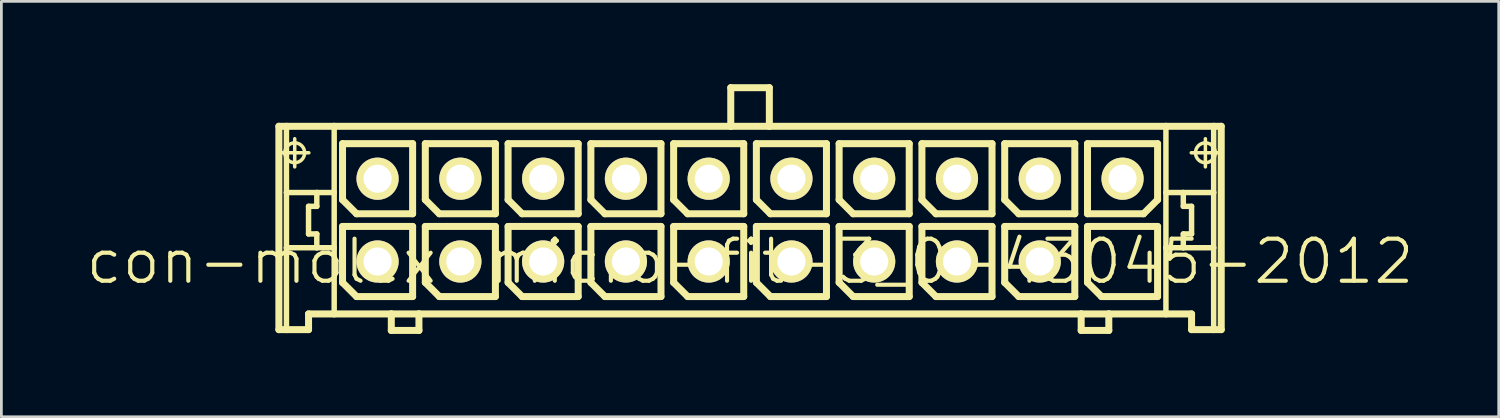
<source format=kicad_pcb>
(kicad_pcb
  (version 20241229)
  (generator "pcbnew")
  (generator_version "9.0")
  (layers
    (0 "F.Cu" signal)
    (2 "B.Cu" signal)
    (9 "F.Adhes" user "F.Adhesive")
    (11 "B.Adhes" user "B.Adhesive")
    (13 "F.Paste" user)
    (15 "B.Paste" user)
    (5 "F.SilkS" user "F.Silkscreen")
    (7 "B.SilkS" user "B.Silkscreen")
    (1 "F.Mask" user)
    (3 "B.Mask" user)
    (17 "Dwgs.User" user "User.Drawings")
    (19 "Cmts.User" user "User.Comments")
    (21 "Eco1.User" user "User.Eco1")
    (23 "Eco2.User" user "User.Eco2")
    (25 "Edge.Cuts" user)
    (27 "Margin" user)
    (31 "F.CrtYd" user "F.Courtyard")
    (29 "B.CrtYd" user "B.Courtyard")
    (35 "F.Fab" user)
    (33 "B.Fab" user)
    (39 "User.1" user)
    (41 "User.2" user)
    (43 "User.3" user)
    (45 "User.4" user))
  (footprint "con-molex-micro-fit-3_0-43045-2012"
    (layer "F.Cu")
    (at 24.13 6.426)
    (property "Reference" "con-molex-micro-fit-3_0-43045-2012" (at 0 0 0) (layer "F.SilkS") (effects (font (size 1.524 1.524) (thickness 0.15))))
    (attr exclude_from_pos_files exclude_from_bom)
    (fp_line (start -17.074 -4.9) (end -16.8 -4.9) (stroke (width 0.254) (type solid)) (layer "F.SilkS"))
    (fp_line (start -17.074 2.469) (end -17.074 -4.9) (stroke (width 0.254) (type solid)) (layer "F.SilkS"))
    (fp_line (start -17.008 -3.94) (end -15.989 -3.94) (stroke (width 0.127) (type solid)) (layer "F.SilkS"))
    (fp_line (start -16.8 -4.9) (end -15.07 -4.9) (stroke (width 0.254) (type solid)) (layer "F.SilkS"))
    (fp_line (start -16.8 -2.499) (end -16.8 -4.9) (stroke (width 0.198) (type solid)) (layer "F.SilkS"))
    (fp_line (start -16.8 -0.498) (end -16.8 -2.499) (stroke (width 0.198) (type solid)) (layer "F.SilkS"))
    (fp_line (start -16.8 2.469) (end -17.074 2.469) (stroke (width 0.254) (type solid)) (layer "F.SilkS"))
    (fp_line (start -16.8 2.469) (end -16.8 -0.498) (stroke (width 0.198) (type solid)) (layer "F.SilkS"))
    (fp_line (start -16.5 -3.429) (end -16.5 -4.448) (stroke (width 0.127) (type solid)) (layer "F.SilkS"))
    (fp_line (start -15.999 -1.999) (end -15.999 -0.998) (stroke (width 0.198) (type solid)) (layer "F.SilkS"))
    (fp_line (start -15.999 -0.998) (end -15.7 -0.998) (stroke (width 0.198) (type solid)) (layer "F.SilkS"))
    (fp_line (start -15.999 1.9) (end -15.999 2.469) (stroke (width 0.254) (type solid)) (layer "F.SilkS"))
    (fp_line (start -15.999 2.469) (end -16.8 2.469) (stroke (width 0.254) (type solid)) (layer "F.SilkS"))
    (fp_line (start -15.7 -2.499) (end -16.8 -2.499) (stroke (width 0.198) (type solid)) (layer "F.SilkS"))
    (fp_line (start -15.7 -2.499) (end -15.7 -1.999) (stroke (width 0.198) (type solid)) (layer "F.SilkS"))
    (fp_line (start -15.7 -1.999) (end -15.999 -1.999) (stroke (width 0.198) (type solid)) (layer "F.SilkS"))
    (fp_line (start -15.7 -0.998) (end -15.7 -0.498) (stroke (width 0.198) (type solid)) (layer "F.SilkS"))
    (fp_line (start -15.7 -0.498) (end -16.8 -0.498) (stroke (width 0.198) (type solid)) (layer "F.SilkS"))
    (fp_line (start -15.07 -4.9) (end -0.699 -4.9) (stroke (width 0.254) (type solid)) (layer "F.SilkS"))
    (fp_line (start -15.07 -2.499) (end -15.7 -2.499) (stroke (width 0.198) (type solid)) (layer "F.SilkS"))
    (fp_line (start -15.07 -2.499) (end -15.07 -4.9) (stroke (width 0.198) (type solid)) (layer "F.SilkS"))
    (fp_line (start -15.07 -0.498) (end -15.7 -0.498) (stroke (width 0.198) (type solid)) (layer "F.SilkS"))
    (fp_line (start -15.07 -0.498) (end -15.07 -2.499) (stroke (width 0.198) (type solid)) (layer "F.SilkS"))
    (fp_line (start -15.07 1.9) (end -15.999 1.9) (stroke (width 0.254) (type solid)) (layer "F.SilkS"))
    (fp_line (start -15.07 1.9) (end -15.07 -0.498) (stroke (width 0.198) (type solid)) (layer "F.SilkS"))
    (fp_line (start -14.768 -4.27) (end -12.228 -4.27) (stroke (width 0.254) (type solid)) (layer "F.SilkS"))
    (fp_line (start -14.768 -2.238) (end -14.768 -4.27) (stroke (width 0.254) (type solid)) (layer "F.SilkS"))
    (fp_line (start -14.768 -1.27) (end -12.228 -1.27) (stroke (width 0.254) (type solid)) (layer "F.SilkS"))
    (fp_line (start -14.768 0.762) (end -14.768 -1.27) (stroke (width 0.254) (type solid)) (layer "F.SilkS"))
    (fp_line (start -14.26 -1.73) (end -14.768 -2.238) (stroke (width 0.254) (type solid)) (layer "F.SilkS"))
    (fp_line (start -14.26 1.27) (end -14.768 0.762) (stroke (width 0.254) (type solid)) (layer "F.SilkS"))
    (fp_line (start -13 1.9) (end -15.07 1.9) (stroke (width 0.254) (type solid)) (layer "F.SilkS"))
    (fp_line (start -13 1.9) (end -13 2.499) (stroke (width 0.254) (type solid)) (layer "F.SilkS"))
    (fp_line (start -13 2.499) (end -11.999 2.499) (stroke (width 0.254) (type solid)) (layer "F.SilkS"))
    (fp_line (start -12.228 -4.27) (end -12.228 -1.73) (stroke (width 0.254) (type solid)) (layer "F.SilkS"))
    (fp_line (start -12.228 -1.73) (end -14.26 -1.73) (stroke (width 0.254) (type solid)) (layer "F.SilkS"))
    (fp_line (start -12.228 -1.27) (end -12.228 1.27) (stroke (width 0.254) (type solid)) (layer "F.SilkS"))
    (fp_line (start -12.228 1.27) (end -14.26 1.27) (stroke (width 0.254) (type solid)) (layer "F.SilkS"))
    (fp_line (start -11.999 1.9) (end -13 1.9) (stroke (width 0.254) (type solid)) (layer "F.SilkS"))
    (fp_line (start -11.999 2.499) (end -11.999 1.9) (stroke (width 0.254) (type solid)) (layer "F.SilkS"))
    (fp_line (start -11.768 -4.27) (end -9.228 -4.27) (stroke (width 0.254) (type solid)) (layer "F.SilkS"))
    (fp_line (start -11.768 -2.238) (end -11.768 -4.27) (stroke (width 0.254) (type solid)) (layer "F.SilkS"))
    (fp_line (start -11.768 -1.27) (end -9.228 -1.27) (stroke (width 0.254) (type solid)) (layer "F.SilkS"))
    (fp_line (start -11.768 0.762) (end -11.768 -1.27) (stroke (width 0.254) (type solid)) (layer "F.SilkS"))
    (fp_line (start -11.26 -1.73) (end -11.768 -2.238) (stroke (width 0.254) (type solid)) (layer "F.SilkS"))
    (fp_line (start -11.26 1.27) (end -11.768 0.762) (stroke (width 0.254) (type solid)) (layer "F.SilkS"))
    (fp_line (start -9.228 -4.27) (end -9.228 -1.73) (stroke (width 0.254) (type solid)) (layer "F.SilkS"))
    (fp_line (start -9.228 -1.73) (end -11.26 -1.73) (stroke (width 0.254) (type solid)) (layer "F.SilkS"))
    (fp_line (start -9.228 -1.27) (end -9.228 1.27) (stroke (width 0.254) (type solid)) (layer "F.SilkS"))
    (fp_line (start -9.228 1.27) (end -11.26 1.27) (stroke (width 0.254) (type solid)) (layer "F.SilkS"))
    (fp_line (start -8.768 -4.27) (end -6.228 -4.27) (stroke (width 0.254) (type solid)) (layer "F.SilkS"))
    (fp_line (start -8.768 -2.238) (end -8.768 -4.27) (stroke (width 0.254) (type solid)) (layer "F.SilkS"))
    (fp_line (start -8.768 -1.27) (end -6.228 -1.27) (stroke (width 0.254) (type solid)) (layer "F.SilkS"))
    (fp_line (start -8.768 0.762) (end -8.768 -1.27) (stroke (width 0.254) (type solid)) (layer "F.SilkS"))
    (fp_line (start -8.26 -1.73) (end -8.768 -2.238) (stroke (width 0.254) (type solid)) (layer "F.SilkS"))
    (fp_line (start -8.26 1.27) (end -8.768 0.762) (stroke (width 0.254) (type solid)) (layer "F.SilkS"))
    (fp_line (start -6.228 -4.27) (end -6.228 -1.73) (stroke (width 0.254) (type solid)) (layer "F.SilkS"))
    (fp_line (start -6.228 -1.73) (end -8.26 -1.73) (stroke (width 0.254) (type solid)) (layer "F.SilkS"))
    (fp_line (start -6.228 -1.27) (end -6.228 1.27) (stroke (width 0.254) (type solid)) (layer "F.SilkS"))
    (fp_line (start -6.228 1.27) (end -8.26 1.27) (stroke (width 0.254) (type solid)) (layer "F.SilkS"))
    (fp_line (start -5.768 -4.27) (end -3.228 -4.27) (stroke (width 0.254) (type solid)) (layer "F.SilkS"))
    (fp_line (start -5.768 -2.238) (end -5.768 -4.27) (stroke (width 0.254) (type solid)) (layer "F.SilkS"))
    (fp_line (start -5.768 -1.27) (end -3.228 -1.27) (stroke (width 0.254) (type solid)) (layer "F.SilkS"))
    (fp_line (start -5.768 0.762) (end -5.768 -1.27) (stroke (width 0.254) (type solid)) (layer "F.SilkS"))
    (fp_line (start -5.26 -1.73) (end -5.768 -2.238) (stroke (width 0.254) (type solid)) (layer "F.SilkS"))
    (fp_line (start -5.26 1.27) (end -5.768 0.762) (stroke (width 0.254) (type solid)) (layer "F.SilkS"))
    (fp_line (start -3.228 -4.27) (end -3.228 -1.73) (stroke (width 0.254) (type solid)) (layer "F.SilkS"))
    (fp_line (start -3.228 -1.73) (end -5.26 -1.73) (stroke (width 0.254) (type solid)) (layer "F.SilkS"))
    (fp_line (start -3.228 -1.27) (end -3.228 1.27) (stroke (width 0.254) (type solid)) (layer "F.SilkS"))
    (fp_line (start -3.228 1.27) (end -5.26 1.27) (stroke (width 0.254) (type solid)) (layer "F.SilkS"))
    (fp_line (start -2.769 -4.27) (end -0.229 -4.27) (stroke (width 0.254) (type solid)) (layer "F.SilkS"))
    (fp_line (start -2.769 -2.238) (end -2.769 -4.27) (stroke (width 0.254) (type solid)) (layer "F.SilkS"))
    (fp_line (start -2.769 -1.27) (end -0.229 -1.27) (stroke (width 0.254) (type solid)) (layer "F.SilkS"))
    (fp_line (start -2.769 0.762) (end -2.769 -1.27) (stroke (width 0.254) (type solid)) (layer "F.SilkS"))
    (fp_line (start -2.261 -1.73) (end -2.769 -2.238) (stroke (width 0.254) (type solid)) (layer "F.SilkS"))
    (fp_line (start -2.261 1.27) (end -2.769 0.762) (stroke (width 0.254) (type solid)) (layer "F.SilkS"))
    (fp_line (start -0.699 -6.299) (end -0.699 -4.9) (stroke (width 0.254) (type solid)) (layer "F.SilkS"))
    (fp_line (start -0.699 -6.299) (end 0.699 -6.299) (stroke (width 0.254) (type solid)) (layer "F.SilkS"))
    (fp_line (start -0.699 -4.9) (end 0.699 -4.9) (stroke (width 0.254) (type solid)) (layer "F.SilkS"))
    (fp_line (start -0.229 -4.27) (end -0.229 -1.73) (stroke (width 0.254) (type solid)) (layer "F.SilkS"))
    (fp_line (start -0.229 -1.73) (end -2.261 -1.73) (stroke (width 0.254) (type solid)) (layer "F.SilkS"))
    (fp_line (start -0.229 -1.27) (end -0.229 1.27) (stroke (width 0.254) (type solid)) (layer "F.SilkS"))
    (fp_line (start -0.229 1.27) (end -2.261 1.27) (stroke (width 0.254) (type solid)) (layer "F.SilkS"))
    (fp_line (start 0.229 -4.27) (end 2.769 -4.27) (stroke (width 0.254) (type solid)) (layer "F.SilkS"))
    (fp_line (start 0.229 -2.238) (end 0.229 -4.27) (stroke (width 0.254) (type solid)) (layer "F.SilkS"))
    (fp_line (start 0.229 -1.27) (end 2.769 -1.27) (stroke (width 0.254) (type solid)) (layer "F.SilkS"))
    (fp_line (start 0.229 0.762) (end 0.229 -1.27) (stroke (width 0.254) (type solid)) (layer "F.SilkS"))
    (fp_line (start 0.699 -6.299) (end 0.699 -4.9) (stroke (width 0.254) (type solid)) (layer "F.SilkS"))
    (fp_line (start 0.699 -4.9) (end 15.07 -4.9) (stroke (width 0.254) (type solid)) (layer "F.SilkS"))
    (fp_line (start 0.737 -1.73) (end 0.229 -2.238) (stroke (width 0.254) (type solid)) (layer "F.SilkS"))
    (fp_line (start 0.737 1.27) (end 0.229 0.762) (stroke (width 0.254) (type solid)) (layer "F.SilkS"))
    (fp_line (start 2.769 -4.27) (end 2.769 -1.73) (stroke (width 0.254) (type solid)) (layer "F.SilkS"))
    (fp_line (start 2.769 -1.73) (end 0.737 -1.73) (stroke (width 0.254) (type solid)) (layer "F.SilkS"))
    (fp_line (start 2.769 -1.27) (end 2.769 1.27) (stroke (width 0.254) (type solid)) (layer "F.SilkS"))
    (fp_line (start 2.769 1.27) (end 0.737 1.27) (stroke (width 0.254) (type solid)) (layer "F.SilkS"))
    (fp_line (start 3.228 -4.27) (end 5.768 -4.27) (stroke (width 0.254) (type solid)) (layer "F.SilkS"))
    (fp_line (start 3.228 -2.238) (end 3.228 -4.27) (stroke (width 0.254) (type solid)) (layer "F.SilkS"))
    (fp_line (start 3.228 -1.27) (end 5.768 -1.27) (stroke (width 0.254) (type solid)) (layer "F.SilkS"))
    (fp_line (start 3.228 0.762) (end 3.228 -1.27) (stroke (width 0.254) (type solid)) (layer "F.SilkS"))
    (fp_line (start 3.736 -1.73) (end 3.228 -2.238) (stroke (width 0.254) (type solid)) (layer "F.SilkS"))
    (fp_line (start 3.736 1.27) (end 3.228 0.762) (stroke (width 0.254) (type solid)) (layer "F.SilkS"))
    (fp_line (start 5.768 -4.27) (end 5.768 -1.73) (stroke (width 0.254) (type solid)) (layer "F.SilkS"))
    (fp_line (start 5.768 -1.73) (end 3.736 -1.73) (stroke (width 0.254) (type solid)) (layer "F.SilkS"))
    (fp_line (start 5.768 -1.27) (end 5.768 1.27) (stroke (width 0.254) (type solid)) (layer "F.SilkS"))
    (fp_line (start 5.768 1.27) (end 3.736 1.27) (stroke (width 0.254) (type solid)) (layer "F.SilkS"))
    (fp_line (start 6.228 -4.27) (end 8.768 -4.27) (stroke (width 0.254) (type solid)) (layer "F.SilkS"))
    (fp_line (start 6.228 -2.238) (end 6.228 -4.27) (stroke (width 0.254) (type solid)) (layer "F.SilkS"))
    (fp_line (start 6.228 -1.27) (end 8.768 -1.27) (stroke (width 0.254) (type solid)) (layer "F.SilkS"))
    (fp_line (start 6.228 0.762) (end 6.228 -1.27) (stroke (width 0.254) (type solid)) (layer "F.SilkS"))
    (fp_line (start 6.736 -1.73) (end 6.228 -2.238) (stroke (width 0.254) (type solid)) (layer "F.SilkS"))
    (fp_line (start 6.736 1.27) (end 6.228 0.762) (stroke (width 0.254) (type solid)) (layer "F.SilkS"))
    (fp_line (start 8.768 -4.27) (end 8.768 -1.73) (stroke (width 0.254) (type solid)) (layer "F.SilkS"))
    (fp_line (start 8.768 -1.73) (end 6.736 -1.73) (stroke (width 0.254) (type solid)) (layer "F.SilkS"))
    (fp_line (start 8.768 -1.27) (end 8.768 1.27) (stroke (width 0.254) (type solid)) (layer "F.SilkS"))
    (fp_line (start 8.768 1.27) (end 6.736 1.27) (stroke (width 0.254) (type solid)) (layer "F.SilkS"))
    (fp_line (start 9.228 -4.27) (end 11.768 -4.27) (stroke (width 0.254) (type solid)) (layer "F.SilkS"))
    (fp_line (start 9.228 -2.238) (end 9.228 -4.27) (stroke (width 0.254) (type solid)) (layer "F.SilkS"))
    (fp_line (start 9.228 -1.27) (end 11.768 -1.27) (stroke (width 0.254) (type solid)) (layer "F.SilkS"))
    (fp_line (start 9.228 0.762) (end 9.228 -1.27) (stroke (width 0.254) (type solid)) (layer "F.SilkS"))
    (fp_line (start 9.736 -1.73) (end 9.228 -2.238) (stroke (width 0.254) (type solid)) (layer "F.SilkS"))
    (fp_line (start 9.736 1.27) (end 9.228 0.762) (stroke (width 0.254) (type solid)) (layer "F.SilkS"))
    (fp_line (start 11.768 -4.27) (end 11.768 -1.73) (stroke (width 0.254) (type solid)) (layer "F.SilkS"))
    (fp_line (start 11.768 -1.73) (end 9.736 -1.73) (stroke (width 0.254) (type solid)) (layer "F.SilkS"))
    (fp_line (start 11.768 -1.27) (end 11.768 1.27) (stroke (width 0.254) (type solid)) (layer "F.SilkS"))
    (fp_line (start 11.768 1.27) (end 9.736 1.27) (stroke (width 0.254) (type solid)) (layer "F.SilkS"))
    (fp_line (start 11.999 1.9) (end -11.999 1.9) (stroke (width 0.254) (type solid)) (layer "F.SilkS"))
    (fp_line (start 11.999 1.9) (end 11.999 2.499) (stroke (width 0.254) (type solid)) (layer "F.SilkS"))
    (fp_line (start 11.999 2.499) (end 13 2.499) (stroke (width 0.254) (type solid)) (layer "F.SilkS"))
    (fp_line (start 12.228 -4.27) (end 12.228 -1.73) (stroke (width 0.254) (type solid)) (layer "F.SilkS"))
    (fp_line (start 12.228 -1.73) (end 14.26 -1.73) (stroke (width 0.254) (type solid)) (layer "F.SilkS"))
    (fp_line (start 12.228 -1.27) (end 14.768 -1.27) (stroke (width 0.254) (type solid)) (layer "F.SilkS"))
    (fp_line (start 12.228 0.762) (end 12.228 -1.27) (stroke (width 0.254) (type solid)) (layer "F.SilkS"))
    (fp_line (start 12.736 1.27) (end 12.228 0.762) (stroke (width 0.254) (type solid)) (layer "F.SilkS"))
    (fp_line (start 13 1.9) (end 11.999 1.9) (stroke (width 0.254) (type solid)) (layer "F.SilkS"))
    (fp_line (start 13 2.499) (end 13 1.9) (stroke (width 0.254) (type solid)) (layer "F.SilkS"))
    (fp_line (start 14.26 -1.73) (end 14.768 -2.238) (stroke (width 0.254) (type solid)) (layer "F.SilkS"))
    (fp_line (start 14.768 -4.27) (end 12.228 -4.27) (stroke (width 0.254) (type solid)) (layer "F.SilkS"))
    (fp_line (start 14.768 -2.238) (end 14.768 -4.27) (stroke (width 0.254) (type solid)) (layer "F.SilkS"))
    (fp_line (start 14.768 -1.27) (end 14.768 1.27) (stroke (width 0.254) (type solid)) (layer "F.SilkS"))
    (fp_line (start 14.768 1.27) (end 12.736 1.27) (stroke (width 0.254) (type solid)) (layer "F.SilkS"))
    (fp_line (start 15.07 -4.9) (end 15.07 -2.499) (stroke (width 0.198) (type solid)) (layer "F.SilkS"))
    (fp_line (start 15.07 -4.9) (end 16.8 -4.9) (stroke (width 0.254) (type solid)) (layer "F.SilkS"))
    (fp_line (start 15.07 -2.499) (end 15.07 -0.498) (stroke (width 0.198) (type solid)) (layer "F.SilkS"))
    (fp_line (start 15.07 -2.499) (end 15.7 -2.499) (stroke (width 0.198) (type solid)) (layer "F.SilkS"))
    (fp_line (start 15.07 -0.498) (end 15.07 1.9) (stroke (width 0.198) (type solid)) (layer "F.SilkS"))
    (fp_line (start 15.07 -0.498) (end 15.7 -0.498) (stroke (width 0.198) (type solid)) (layer "F.SilkS"))
    (fp_line (start 15.07 1.9) (end 13 1.9) (stroke (width 0.254) (type solid)) (layer "F.SilkS"))
    (fp_line (start 15.7 -2.499) (end 15.7 -1.999) (stroke (width 0.198) (type solid)) (layer "F.SilkS"))
    (fp_line (start 15.7 -2.499) (end 16.8 -2.499) (stroke (width 0.198) (type solid)) (layer "F.SilkS"))
    (fp_line (start 15.7 -1.999) (end 15.999 -1.999) (stroke (width 0.198) (type solid)) (layer "F.SilkS"))
    (fp_line (start 15.7 -0.998) (end 15.7 -0.498) (stroke (width 0.198) (type solid)) (layer "F.SilkS"))
    (fp_line (start 15.7 -0.498) (end 16.8 -0.498) (stroke (width 0.198) (type solid)) (layer "F.SilkS"))
    (fp_line (start 15.989 -3.94) (end 17.008 -3.94) (stroke (width 0.127) (type solid)) (layer "F.SilkS"))
    (fp_line (start 15.999 -1.999) (end 15.999 -0.998) (stroke (width 0.198) (type solid)) (layer "F.SilkS"))
    (fp_line (start 15.999 -0.998) (end 15.7 -0.998) (stroke (width 0.198) (type solid)) (layer "F.SilkS"))
    (fp_line (start 15.999 1.9) (end 15.07 1.9) (stroke (width 0.254) (type solid)) (layer "F.SilkS"))
    (fp_line (start 15.999 2.469) (end 15.999 1.9) (stroke (width 0.254) (type solid)) (layer "F.SilkS"))
    (fp_line (start 15.999 2.469) (end 16.8 2.469) (stroke (width 0.254) (type solid)) (layer "F.SilkS"))
    (fp_line (start 16.5 -3.429) (end 16.5 -4.448) (stroke (width 0.127) (type solid)) (layer "F.SilkS"))
    (fp_line (start 16.8 -4.9) (end 17.074 -4.9) (stroke (width 0.254) (type solid)) (layer "F.SilkS"))
    (fp_line (start 16.8 -2.499) (end 16.8 -4.9) (stroke (width 0.198) (type solid)) (layer "F.SilkS"))
    (fp_line (start 16.8 -0.498) (end 16.8 -2.499) (stroke (width 0.198) (type solid)) (layer "F.SilkS"))
    (fp_line (start 16.8 2.469) (end 16.8 -0.498) (stroke (width 0.198) (type solid)) (layer "F.SilkS"))
    (fp_line (start 16.8 2.469) (end 17.074 2.469) (stroke (width 0.254) (type solid)) (layer "F.SilkS"))
    (fp_line (start 17.074 -4.9) (end 17.074 2.469) (stroke (width 0.254) (type solid)) (layer "F.SilkS"))
    (fp_circle (center -16.5 -3.94) (end -16.754 -4.194) (stroke (width 0.127) (type solid)) (fill no) (layer "F.SilkS"))
    (fp_circle (center 16.5 -3.94) (end 16.754 -4.194) (stroke (width 0.127) (type solid)) (fill no) (layer "F.SilkS"))
    (pad "P$1" thru_hole rect (at 13.498 0) (size 0.001 0.001) (drill 1.019) (layers "*.Cu" "F.Mask" "F.SilkS" "F.Paste"))
    (pad "P$2" thru_hole circle (at 10.498 0) (size 1.529 1.529) (drill 1.019) (layers "*.Cu" "F.Mask" "F.SilkS" "F.Paste"))
    (pad "P$3" thru_hole circle (at 7.498 0) (size 1.529 1.529) (drill 1.019) (layers "*.Cu" "F.Mask" "F.SilkS" "F.Paste"))
    (pad "P$4" thru_hole circle (at 4.498 0) (size 1.529 1.529) (drill 1.019) (layers "*.Cu" "F.Mask" "F.SilkS" "F.Paste"))
    (pad "P$5" thru_hole circle (at 1.499 0) (size 1.529 1.529) (drill 1.019) (layers "*.Cu" "F.Mask" "F.SilkS" "F.Paste"))
    (pad "P$6" thru_hole circle (at -1.499 0) (size 1.529 1.529) (drill 1.019) (layers "*.Cu" "F.Mask" "F.SilkS" "F.Paste"))
    (pad "P$7" thru_hole circle (at -4.498 0) (size 1.529 1.529) (drill 1.019) (layers "*.Cu" "F.Mask" "F.SilkS" "F.Paste"))
    (pad "P$8" thru_hole circle (at -7.498 0) (size 1.529 1.529) (drill 1.019) (layers "*.Cu" "F.Mask" "F.SilkS" "F.Paste"))
    (pad "P$9" thru_hole circle (at -10.498 0) (size 1.529 1.529) (drill 1.019) (layers "*.Cu" "F.Mask" "F.SilkS" "F.Paste"))
    (pad "P$10" thru_hole circle (at -13.498 0) (size 1.529 1.529) (drill 1.019) (layers "*.Cu" "F.Mask" "F.SilkS" "F.Paste"))
    (pad "P$11" thru_hole circle (at 13.498 -3) (size 1.529 1.529) (drill 1.019) (layers "*.Cu" "F.Mask" "F.SilkS" "F.Paste"))
    (pad "P$12" thru_hole circle (at 10.498 -3) (size 1.529 1.529) (drill 1.019) (layers "*.Cu" "F.Mask" "F.SilkS" "F.Paste"))
    (pad "P$13" thru_hole circle (at 7.498 -3) (size 1.529 1.529) (drill 1.019) (layers "*.Cu" "F.Mask" "F.SilkS" "F.Paste"))
    (pad "P$14" thru_hole circle (at 4.498 -3) (size 1.529 1.529) (drill 1.019) (layers "*.Cu" "F.Mask" "F.SilkS" "F.Paste"))
    (pad "P$15" thru_hole circle (at 1.499 -3) (size 1.529 1.529) (drill 1.019) (layers "*.Cu" "F.Mask" "F.SilkS" "F.Paste"))
    (pad "P$16" thru_hole circle (at -1.499 -3) (size 1.529 1.529) (drill 1.019) (layers "*.Cu" "F.Mask" "F.SilkS" "F.Paste"))
    (pad "P$17" thru_hole circle (at -4.498 -3) (size 1.529 1.529) (drill 1.019) (layers "*.Cu" "F.Mask" "F.SilkS" "F.Paste"))
    (pad "P$18" thru_hole circle (at -7.498 -3) (size 1.529 1.529) (drill 1.019) (layers "*.Cu" "F.Mask" "F.SilkS" "F.Paste"))
    (pad "P$19" thru_hole circle (at -10.498 -3) (size 1.529 1.529) (drill 1.019) (layers "*.Cu" "F.Mask" "F.SilkS" "F.Paste"))
    (pad "P$20" thru_hole circle (at -13.498 -3) (size 1.529 1.529) (drill 1.019) (layers "*.Cu" "F.Mask" "F.SilkS" "F.Paste")))
  (gr_rect
    (start -3 -3)
    (end 51.26 12.053)
    (stroke (width 0.1) (type default))
    (fill no)
    (layer "Edge.Cuts")))
</source>
